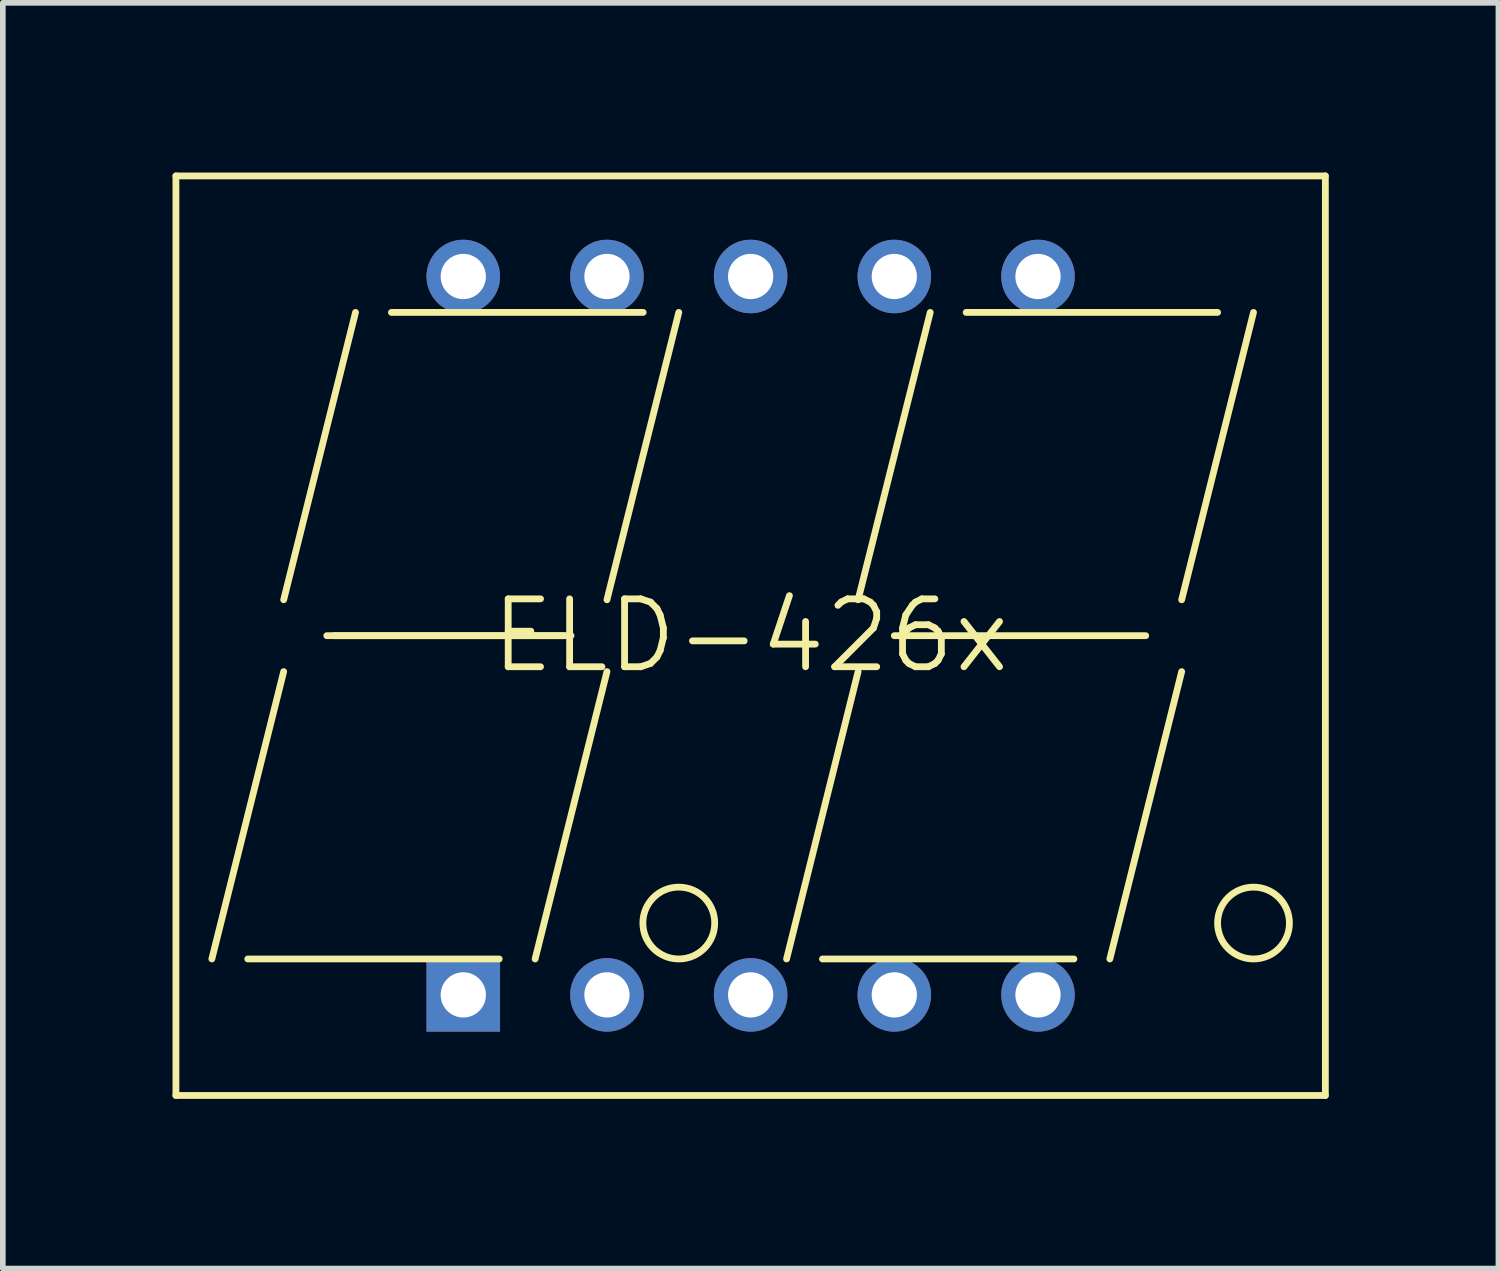
<source format=kicad_pcb>
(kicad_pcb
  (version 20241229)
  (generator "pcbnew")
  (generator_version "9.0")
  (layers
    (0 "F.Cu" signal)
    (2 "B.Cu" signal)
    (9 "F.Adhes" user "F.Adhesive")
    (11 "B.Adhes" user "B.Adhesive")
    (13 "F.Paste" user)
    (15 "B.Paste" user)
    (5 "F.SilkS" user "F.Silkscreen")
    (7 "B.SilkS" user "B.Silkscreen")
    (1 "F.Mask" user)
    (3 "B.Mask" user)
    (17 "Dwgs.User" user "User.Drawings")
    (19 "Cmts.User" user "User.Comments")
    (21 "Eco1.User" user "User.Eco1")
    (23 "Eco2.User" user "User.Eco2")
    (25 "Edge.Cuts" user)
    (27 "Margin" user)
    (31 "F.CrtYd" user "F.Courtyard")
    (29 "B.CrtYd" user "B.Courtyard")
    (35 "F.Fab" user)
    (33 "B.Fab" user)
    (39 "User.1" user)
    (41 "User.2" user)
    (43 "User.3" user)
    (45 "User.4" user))
  (footprint "ELD-426x"
    (layer "F.Cu")
    (at 10.22 8.188)
    (property "Reference" "ELD-426x" (at 0 0 0) (layer "F.SilkS") (effects (font (size 1.2 1.2) (thickness 0.12))))
    (attr through_hole)
    (fp_line (start -10.16 -8.128) (end 10.16 -8.128) (stroke (width 0.12) (type solid)) (layer "F.SilkS"))
    (fp_line (start -10.16 8.128) (end -10.16 -8.128) (stroke (width 0.12) (type solid)) (layer "F.SilkS"))
    (fp_line (start -10.16 8.128) (end 10.16 8.128) (stroke (width 0.12) (type solid)) (layer "F.SilkS"))
    (fp_line (start -8.89 5.715) (end -4.445 5.715) (stroke (width 0.12) (type solid)) (layer "F.SilkS"))
    (fp_line (start -8.255 -0.635) (end -6.985 -5.715) (stroke (width 0.12) (type solid)) (layer "F.SilkS"))
    (fp_line (start -8.255 0.635) (end -9.525 5.715) (stroke (width 0.12) (type solid)) (layer "F.SilkS"))
    (fp_line (start -7.493 0) (end -3.175 0) (stroke (width 0.12) (type solid)) (layer "F.SilkS"))
    (fp_line (start -7.366 0) (end -3.302 0) (stroke (width 0.12) (type solid)) (layer "F.SilkS"))
    (fp_line (start -6.35 -5.715) (end -1.9 -5.715) (stroke (width 0.12) (type solid)) (layer "F.SilkS"))
    (fp_line (start -2.54 -0.635) (end -1.27 -5.715) (stroke (width 0.12) (type solid)) (layer "F.SilkS"))
    (fp_line (start -2.54 0.635) (end -3.81 5.715) (stroke (width 0.12) (type solid)) (layer "F.SilkS"))
    (fp_line (start 0.635 5.715) (end 1.9 0.635) (stroke (width 0.12) (type solid)) (layer "F.SilkS"))
    (fp_line (start 1.27 5.715) (end 5.715 5.715) (stroke (width 0.12) (type solid)) (layer "F.SilkS"))
    (fp_line (start 1.9 -0.635) (end 3.175 -5.715) (stroke (width 0.12) (type solid)) (layer "F.SilkS"))
    (fp_line (start 2.54 0) (end 6.985 0) (stroke (width 0.12) (type solid)) (layer "F.SilkS"))
    (fp_line (start 3.81 -5.715) (end 8.255 -5.715) (stroke (width 0.12) (type solid)) (layer "F.SilkS"))
    (fp_line (start 7.62 -0.635) (end 8.89 -5.715) (stroke (width 0.12) (type solid)) (layer "F.SilkS"))
    (fp_line (start 7.62 0.635) (end 6.35 5.715) (stroke (width 0.12) (type solid)) (layer "F.SilkS"))
    (fp_line (start 10.16 -8.128) (end 10.16 8.128) (stroke (width 0.12) (type solid)) (layer "F.SilkS"))
    (fp_circle (center -1.27 5.08) (end -0.635 5.08) (stroke (width 0.12) (type solid)) (fill no) (layer "F.SilkS"))
    (fp_circle (center 8.89 5.08) (end 9.525 5.08) (stroke (width 0.12) (type solid)) (fill no) (layer "F.SilkS"))
    (pad "1" thru_hole rect (at -5.08 6.35) (size 1.3 1.3) (drill 0.8) (layers "*.Cu" "*.Mask"))
    (pad "2" thru_hole circle (at -2.54 6.35) (size 1.3 1.3) (drill 0.8) (layers "*.Cu" "*.Mask"))
    (pad "3" thru_hole circle (at 0 6.35) (size 1.3 1.3) (drill 0.8) (layers "*.Cu" "*.Mask"))
    (pad "4" thru_hole circle (at 2.54 6.35) (size 1.3 1.3) (drill 0.8) (layers "*.Cu" "*.Mask"))
    (pad "5" thru_hole circle (at 5.08 6.35) (size 1.3 1.3) (drill 0.8) (layers "*.Cu" "*.Mask"))
    (pad "6" thru_hole circle (at 5.08 -6.35) (size 1.3 1.3) (drill 0.8) (layers "*.Cu" "*.Mask"))
    (pad "7" thru_hole circle (at 2.54 -6.35) (size 1.3 1.3) (drill 0.8) (layers "*.Cu" "*.Mask"))
    (pad "8" thru_hole circle (at 0 -6.35) (size 1.3 1.3) (drill 0.8) (layers "*.Cu" "*.Mask"))
    (pad "9" thru_hole circle (at -2.54 -6.35) (size 1.3 1.3) (drill 0.8) (layers "*.Cu" "*.Mask"))
    (pad "10" thru_hole circle (at -5.08 -6.35) (size 1.3 1.3) (drill 0.8) (layers "*.Cu" "*.Mask")))
  (gr_rect
    (start -3 -3)
    (end 23.44 19.376)
    (stroke (width 0.1) (type default))
    (fill no)
    (layer "Edge.Cuts")))
</source>
